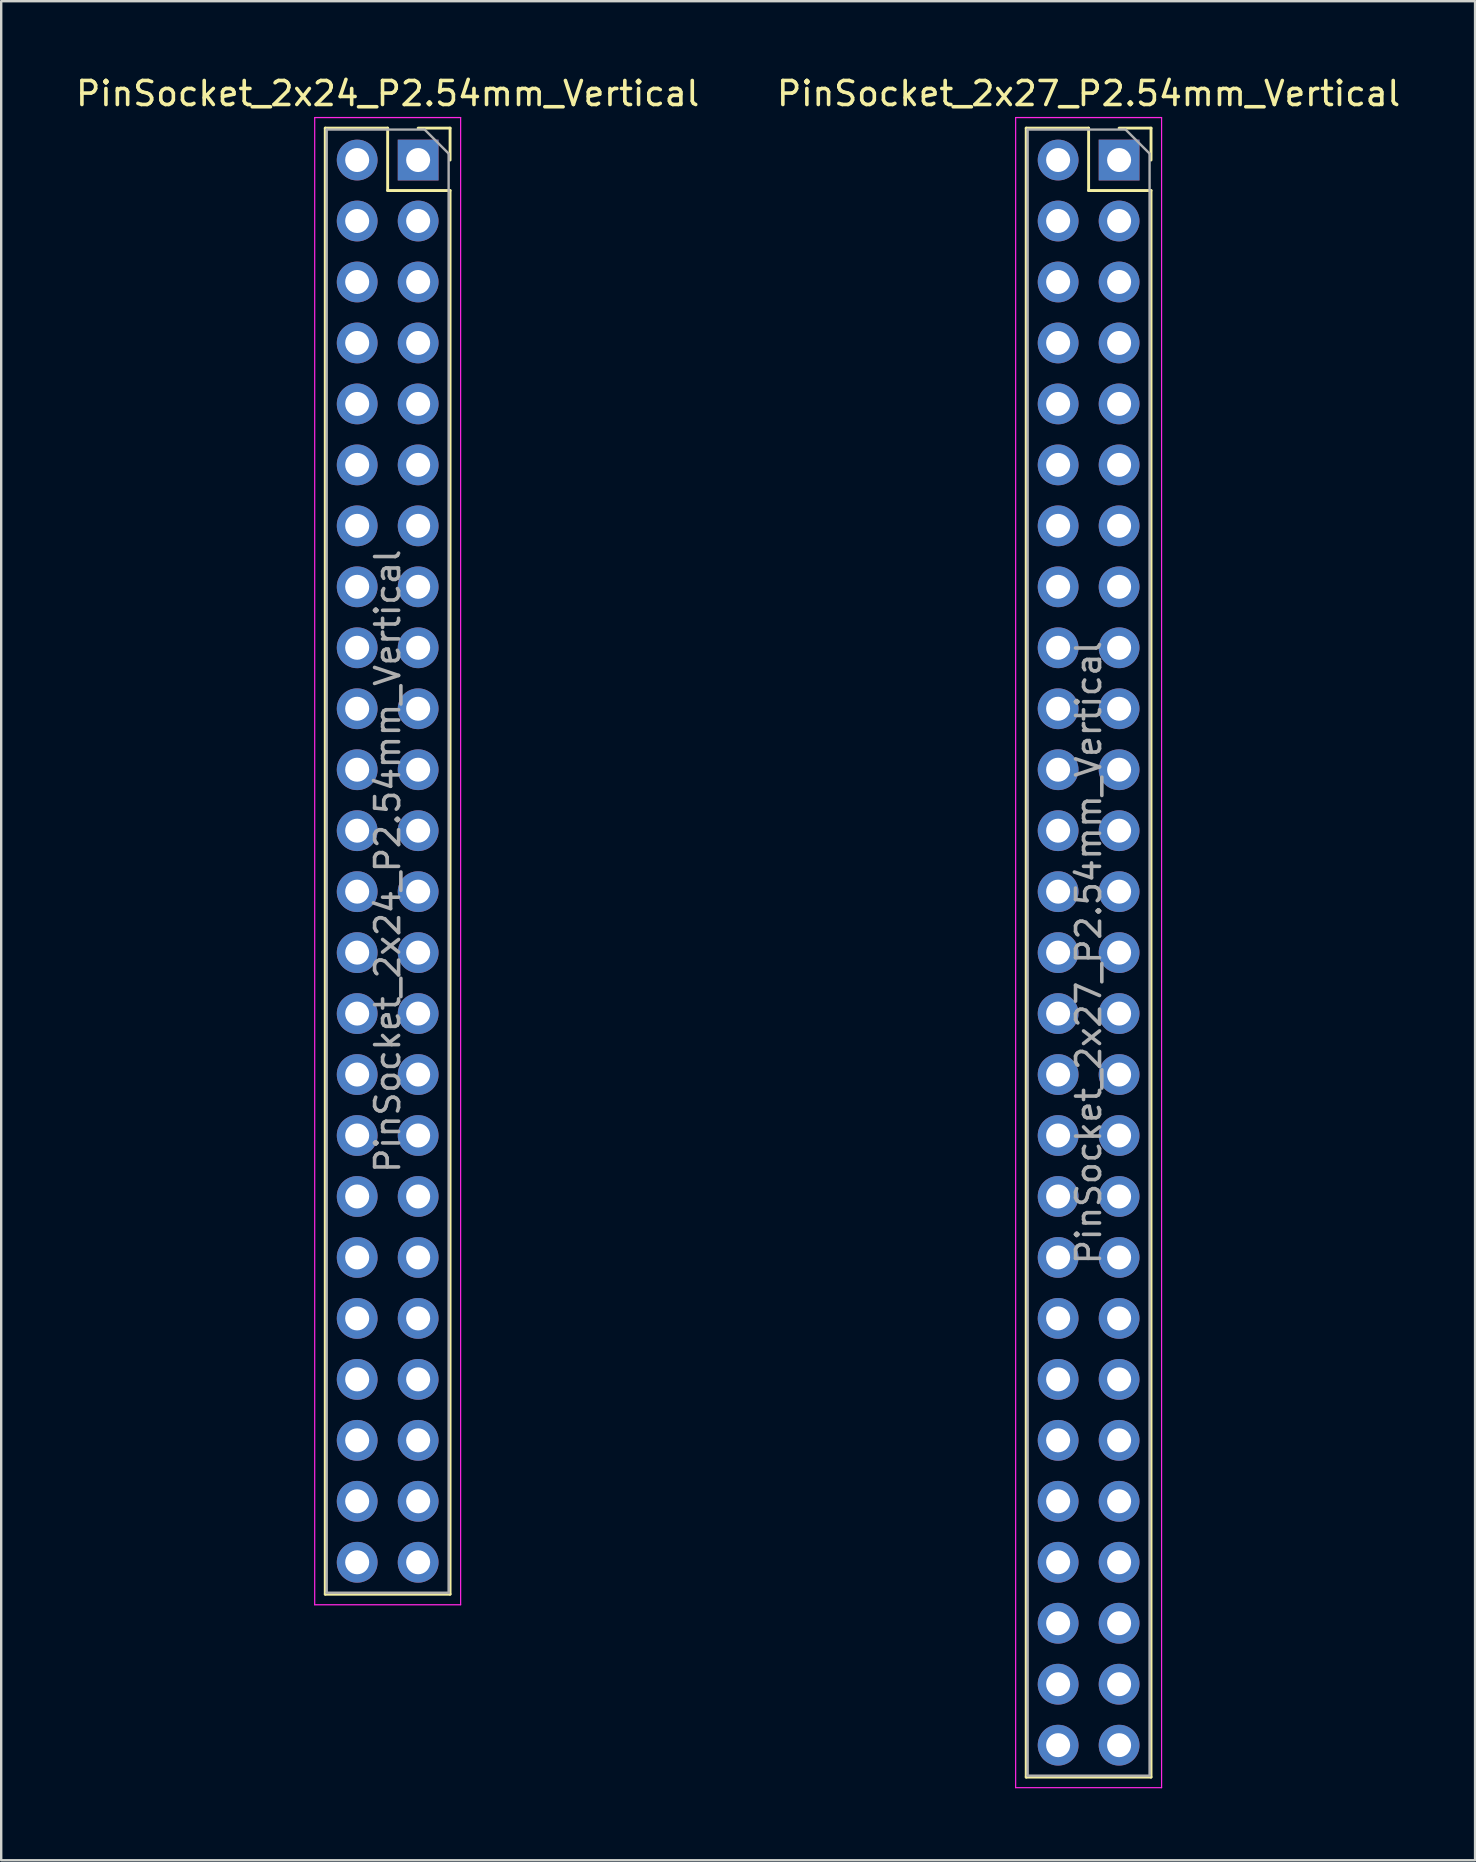
<source format=kicad_pcb>
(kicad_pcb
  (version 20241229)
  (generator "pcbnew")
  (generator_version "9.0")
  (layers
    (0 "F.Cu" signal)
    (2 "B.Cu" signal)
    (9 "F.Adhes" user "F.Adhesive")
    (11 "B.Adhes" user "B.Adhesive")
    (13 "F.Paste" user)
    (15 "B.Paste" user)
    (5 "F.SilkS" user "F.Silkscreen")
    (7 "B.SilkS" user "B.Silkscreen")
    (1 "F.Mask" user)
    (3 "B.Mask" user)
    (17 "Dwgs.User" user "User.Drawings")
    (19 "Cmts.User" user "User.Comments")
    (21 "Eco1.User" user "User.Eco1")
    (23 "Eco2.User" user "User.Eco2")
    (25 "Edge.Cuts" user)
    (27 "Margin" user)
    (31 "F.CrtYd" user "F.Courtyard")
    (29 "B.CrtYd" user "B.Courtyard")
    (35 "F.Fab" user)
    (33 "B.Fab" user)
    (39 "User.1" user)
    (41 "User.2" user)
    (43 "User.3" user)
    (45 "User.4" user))
  (footprint "PinSocket_2x27_P2.54mm_Vertical"
    (layer "F.Cu")
    (at 43.574 3.618)
    (property "Reference" "PinSocket_2x27_P2.54mm_Vertical" (at -1.27 -2.77 0) (layer "F.SilkS") (effects (font (size 1 1) (thickness 0.15))))
    (attr through_hole)
    (fp_line (start -3.87 -1.33) (end -3.87 67.37) (stroke (width 0.12) (type solid)) (layer "F.SilkS"))
    (fp_line (start -3.87 -1.33) (end -1.27 -1.33) (stroke (width 0.12) (type solid)) (layer "F.SilkS"))
    (fp_line (start -3.87 67.37) (end 1.33 67.37) (stroke (width 0.12) (type solid)) (layer "F.SilkS"))
    (fp_line (start -1.27 -1.33) (end -1.27 1.27) (stroke (width 0.12) (type solid)) (layer "F.SilkS"))
    (fp_line (start -1.27 1.27) (end 1.33 1.27) (stroke (width 0.12) (type solid)) (layer "F.SilkS"))
    (fp_line (start 0 -1.33) (end 1.33 -1.33) (stroke (width 0.12) (type solid)) (layer "F.SilkS"))
    (fp_line (start 1.33 -1.33) (end 1.33 0) (stroke (width 0.12) (type solid)) (layer "F.SilkS"))
    (fp_line (start 1.33 1.27) (end 1.33 67.37) (stroke (width 0.12) (type solid)) (layer "F.SilkS"))
    (fp_line (start -4.31 -1.77) (end 1.77 -1.77) (stroke (width 0.05) (type solid)) (layer "F.CrtYd"))
    (fp_line (start -4.31 67.81) (end -4.31 -1.77) (stroke (width 0.05) (type solid)) (layer "F.CrtYd"))
    (fp_line (start 1.77 -1.77) (end 1.77 67.81) (stroke (width 0.05) (type solid)) (layer "F.CrtYd"))
    (fp_line (start 1.77 67.81) (end -4.31 67.81) (stroke (width 0.05) (type solid)) (layer "F.CrtYd"))
    (fp_line (start -3.81 -1.27) (end 0.27 -1.27) (stroke (width 0.1) (type solid)) (layer "F.Fab"))
    (fp_line (start -3.81 67.31) (end -3.81 -1.27) (stroke (width 0.1) (type solid)) (layer "F.Fab"))
    (fp_line (start 0.27 -1.27) (end 1.27 -0.27) (stroke (width 0.1) (type solid)) (layer "F.Fab"))
    (fp_line (start 1.27 -0.27) (end 1.27 67.31) (stroke (width 0.1) (type solid)) (layer "F.Fab"))
    (fp_line (start 1.27 67.31) (end -3.81 67.31) (stroke (width 0.1) (type solid)) (layer "F.Fab"))
    (fp_text user "${REFERENCE}" (at -1.27 33.02 90) (layer "F.Fab") (effects (font (size 1 1) (thickness 0.15))))
    (pad "1" thru_hole rect (at 0 0) (size 1.7 1.7) (drill 1) (layers "*.Cu" "*.Mask"))
    (pad "2" thru_hole circle (at -2.54 0) (size 1.7 1.7) (drill 1) (layers "*.Cu" "*.Mask"))
    (pad "3" thru_hole circle (at 0 2.54) (size 1.7 1.7) (drill 1) (layers "*.Cu" "*.Mask"))
    (pad "4" thru_hole circle (at -2.54 2.54) (size 1.7 1.7) (drill 1) (layers "*.Cu" "*.Mask"))
    (pad "5" thru_hole circle (at 0 5.08) (size 1.7 1.7) (drill 1) (layers "*.Cu" "*.Mask"))
    (pad "6" thru_hole circle (at -2.54 5.08) (size 1.7 1.7) (drill 1) (layers "*.Cu" "*.Mask"))
    (pad "7" thru_hole circle (at 0 7.62) (size 1.7 1.7) (drill 1) (layers "*.Cu" "*.Mask"))
    (pad "8" thru_hole circle (at -2.54 7.62) (size 1.7 1.7) (drill 1) (layers "*.Cu" "*.Mask"))
    (pad "9" thru_hole circle (at 0 10.16) (size 1.7 1.7) (drill 1) (layers "*.Cu" "*.Mask"))
    (pad "10" thru_hole circle (at -2.54 10.16) (size 1.7 1.7) (drill 1) (layers "*.Cu" "*.Mask"))
    (pad "11" thru_hole circle (at 0 12.7) (size 1.7 1.7) (drill 1) (layers "*.Cu" "*.Mask"))
    (pad "12" thru_hole circle (at -2.54 12.7) (size 1.7 1.7) (drill 1) (layers "*.Cu" "*.Mask"))
    (pad "13" thru_hole circle (at 0 15.24) (size 1.7 1.7) (drill 1) (layers "*.Cu" "*.Mask"))
    (pad "14" thru_hole circle (at -2.54 15.24) (size 1.7 1.7) (drill 1) (layers "*.Cu" "*.Mask"))
    (pad "15" thru_hole circle (at 0 17.78) (size 1.7 1.7) (drill 1) (layers "*.Cu" "*.Mask"))
    (pad "16" thru_hole circle (at -2.54 17.78) (size 1.7 1.7) (drill 1) (layers "*.Cu" "*.Mask"))
    (pad "17" thru_hole circle (at 0 20.32) (size 1.7 1.7) (drill 1) (layers "*.Cu" "*.Mask"))
    (pad "18" thru_hole circle (at -2.54 20.32) (size 1.7 1.7) (drill 1) (layers "*.Cu" "*.Mask"))
    (pad "19" thru_hole circle (at 0 22.86) (size 1.7 1.7) (drill 1) (layers "*.Cu" "*.Mask"))
    (pad "20" thru_hole circle (at -2.54 22.86) (size 1.7 1.7) (drill 1) (layers "*.Cu" "*.Mask"))
    (pad "21" thru_hole circle (at 0 25.4) (size 1.7 1.7) (drill 1) (layers "*.Cu" "*.Mask"))
    (pad "22" thru_hole circle (at -2.54 25.4) (size 1.7 1.7) (drill 1) (layers "*.Cu" "*.Mask"))
    (pad "23" thru_hole circle (at 0 27.94) (size 1.7 1.7) (drill 1) (layers "*.Cu" "*.Mask"))
    (pad "24" thru_hole circle (at -2.54 27.94) (size 1.7 1.7) (drill 1) (layers "*.Cu" "*.Mask"))
    (pad "25" thru_hole circle (at 0 30.48) (size 1.7 1.7) (drill 1) (layers "*.Cu" "*.Mask"))
    (pad "26" thru_hole circle (at -2.54 30.48) (size 1.7 1.7) (drill 1) (layers "*.Cu" "*.Mask"))
    (pad "27" thru_hole circle (at 0 33.02) (size 1.7 1.7) (drill 1) (layers "*.Cu" "*.Mask"))
    (pad "28" thru_hole circle (at -2.54 33.02) (size 1.7 1.7) (drill 1) (layers "*.Cu" "*.Mask"))
    (pad "29" thru_hole circle (at 0 35.56) (size 1.7 1.7) (drill 1) (layers "*.Cu" "*.Mask"))
    (pad "30" thru_hole circle (at -2.54 35.56) (size 1.7 1.7) (drill 1) (layers "*.Cu" "*.Mask"))
    (pad "31" thru_hole circle (at 0 38.1) (size 1.7 1.7) (drill 1) (layers "*.Cu" "*.Mask"))
    (pad "32" thru_hole circle (at -2.54 38.1) (size 1.7 1.7) (drill 1) (layers "*.Cu" "*.Mask"))
    (pad "33" thru_hole circle (at 0 40.64) (size 1.7 1.7) (drill 1) (layers "*.Cu" "*.Mask"))
    (pad "34" thru_hole circle (at -2.54 40.64) (size 1.7 1.7) (drill 1) (layers "*.Cu" "*.Mask"))
    (pad "35" thru_hole circle (at 0 43.18) (size 1.7 1.7) (drill 1) (layers "*.Cu" "*.Mask"))
    (pad "36" thru_hole circle (at -2.54 43.18) (size 1.7 1.7) (drill 1) (layers "*.Cu" "*.Mask"))
    (pad "37" thru_hole circle (at 0 45.72) (size 1.7 1.7) (drill 1) (layers "*.Cu" "*.Mask"))
    (pad "38" thru_hole circle (at -2.54 45.72) (size 1.7 1.7) (drill 1) (layers "*.Cu" "*.Mask"))
    (pad "39" thru_hole circle (at 0 48.26) (size 1.7 1.7) (drill 1) (layers "*.Cu" "*.Mask"))
    (pad "40" thru_hole circle (at -2.54 48.26) (size 1.7 1.7) (drill 1) (layers "*.Cu" "*.Mask"))
    (pad "41" thru_hole circle (at 0 50.8) (size 1.7 1.7) (drill 1) (layers "*.Cu" "*.Mask"))
    (pad "42" thru_hole circle (at -2.54 50.8) (size 1.7 1.7) (drill 1) (layers "*.Cu" "*.Mask"))
    (pad "43" thru_hole circle (at 0 53.34) (size 1.7 1.7) (drill 1) (layers "*.Cu" "*.Mask"))
    (pad "44" thru_hole circle (at -2.54 53.34) (size 1.7 1.7) (drill 1) (layers "*.Cu" "*.Mask"))
    (pad "45" thru_hole circle (at 0 55.88) (size 1.7 1.7) (drill 1) (layers "*.Cu" "*.Mask"))
    (pad "46" thru_hole circle (at -2.54 55.88) (size 1.7 1.7) (drill 1) (layers "*.Cu" "*.Mask"))
    (pad "47" thru_hole circle (at 0 58.42) (size 1.7 1.7) (drill 1) (layers "*.Cu" "*.Mask"))
    (pad "48" thru_hole circle (at -2.54 58.42) (size 1.7 1.7) (drill 1) (layers "*.Cu" "*.Mask"))
    (pad "49" thru_hole circle (at 0 60.96) (size 1.7 1.7) (drill 1) (layers "*.Cu" "*.Mask"))
    (pad "50" thru_hole circle (at -2.54 60.96) (size 1.7 1.7) (drill 1) (layers "*.Cu" "*.Mask"))
    (pad "51" thru_hole circle (at 0 63.5) (size 1.7 1.7) (drill 1) (layers "*.Cu" "*.Mask"))
    (pad "52" thru_hole circle (at -2.54 63.5) (size 1.7 1.7) (drill 1) (layers "*.Cu" "*.Mask"))
    (pad "53" thru_hole circle (at 0 66.04) (size 1.7 1.7) (drill 1) (layers "*.Cu" "*.Mask"))
    (pad "54" thru_hole circle (at -2.54 66.04) (size 1.7 1.7) (drill 1) (layers "*.Cu" "*.Mask")))
  (footprint "PinSocket_2x24_P2.54mm_Vertical"
    (layer "F.Cu")
    (at 14.371 3.618)
    (property "Reference" "PinSocket_2x24_P2.54mm_Vertical" (at -1.27 -2.77 0) (layer "F.SilkS") (effects (font (size 1 1) (thickness 0.15))))
    (attr through_hole)
    (fp_line (start -3.87 -1.33) (end -3.87 59.75) (stroke (width 0.12) (type solid)) (layer "F.SilkS"))
    (fp_line (start -3.87 -1.33) (end -1.27 -1.33) (stroke (width 0.12) (type solid)) (layer "F.SilkS"))
    (fp_line (start -3.87 59.75) (end 1.33 59.75) (stroke (width 0.12) (type solid)) (layer "F.SilkS"))
    (fp_line (start -1.27 -1.33) (end -1.27 1.27) (stroke (width 0.12) (type solid)) (layer "F.SilkS"))
    (fp_line (start -1.27 1.27) (end 1.33 1.27) (stroke (width 0.12) (type solid)) (layer "F.SilkS"))
    (fp_line (start 0 -1.33) (end 1.33 -1.33) (stroke (width 0.12) (type solid)) (layer "F.SilkS"))
    (fp_line (start 1.33 -1.33) (end 1.33 0) (stroke (width 0.12) (type solid)) (layer "F.SilkS"))
    (fp_line (start 1.33 1.27) (end 1.33 59.75) (stroke (width 0.12) (type solid)) (layer "F.SilkS"))
    (fp_line (start -4.31 -1.77) (end 1.77 -1.77) (stroke (width 0.05) (type solid)) (layer "F.CrtYd"))
    (fp_line (start -4.31 60.19) (end -4.31 -1.77) (stroke (width 0.05) (type solid)) (layer "F.CrtYd"))
    (fp_line (start 1.77 -1.77) (end 1.77 60.19) (stroke (width 0.05) (type solid)) (layer "F.CrtYd"))
    (fp_line (start 1.77 60.19) (end -4.31 60.19) (stroke (width 0.05) (type solid)) (layer "F.CrtYd"))
    (fp_line (start -3.81 -1.27) (end 0.27 -1.27) (stroke (width 0.1) (type solid)) (layer "F.Fab"))
    (fp_line (start -3.81 59.69) (end -3.81 -1.27) (stroke (width 0.1) (type solid)) (layer "F.Fab"))
    (fp_line (start 0.27 -1.27) (end 1.27 -0.27) (stroke (width 0.1) (type solid)) (layer "F.Fab"))
    (fp_line (start 1.27 -0.27) (end 1.27 59.69) (stroke (width 0.1) (type solid)) (layer "F.Fab"))
    (fp_line (start 1.27 59.69) (end -3.81 59.69) (stroke (width 0.1) (type solid)) (layer "F.Fab"))
    (fp_text user "${REFERENCE}" (at -1.27 29.21 90) (layer "F.Fab") (effects (font (size 1 1) (thickness 0.15))))
    (pad "1" thru_hole rect (at 0 0) (size 1.7 1.7) (drill 1) (layers "*.Cu" "*.Mask"))
    (pad "2" thru_hole circle (at -2.54 0) (size 1.7 1.7) (drill 1) (layers "*.Cu" "*.Mask"))
    (pad "3" thru_hole circle (at 0 2.54) (size 1.7 1.7) (drill 1) (layers "*.Cu" "*.Mask"))
    (pad "4" thru_hole circle (at -2.54 2.54) (size 1.7 1.7) (drill 1) (layers "*.Cu" "*.Mask"))
    (pad "5" thru_hole circle (at 0 5.08) (size 1.7 1.7) (drill 1) (layers "*.Cu" "*.Mask"))
    (pad "6" thru_hole circle (at -2.54 5.08) (size 1.7 1.7) (drill 1) (layers "*.Cu" "*.Mask"))
    (pad "7" thru_hole circle (at 0 7.62) (size 1.7 1.7) (drill 1) (layers "*.Cu" "*.Mask"))
    (pad "8" thru_hole circle (at -2.54 7.62) (size 1.7 1.7) (drill 1) (layers "*.Cu" "*.Mask"))
    (pad "9" thru_hole circle (at 0 10.16) (size 1.7 1.7) (drill 1) (layers "*.Cu" "*.Mask"))
    (pad "10" thru_hole circle (at -2.54 10.16) (size 1.7 1.7) (drill 1) (layers "*.Cu" "*.Mask"))
    (pad "11" thru_hole circle (at 0 12.7) (size 1.7 1.7) (drill 1) (layers "*.Cu" "*.Mask"))
    (pad "12" thru_hole circle (at -2.54 12.7) (size 1.7 1.7) (drill 1) (layers "*.Cu" "*.Mask"))
    (pad "13" thru_hole circle (at 0 15.24) (size 1.7 1.7) (drill 1) (layers "*.Cu" "*.Mask"))
    (pad "14" thru_hole circle (at -2.54 15.24) (size 1.7 1.7) (drill 1) (layers "*.Cu" "*.Mask"))
    (pad "15" thru_hole circle (at 0 17.78) (size 1.7 1.7) (drill 1) (layers "*.Cu" "*.Mask"))
    (pad "16" thru_hole circle (at -2.54 17.78) (size 1.7 1.7) (drill 1) (layers "*.Cu" "*.Mask"))
    (pad "17" thru_hole circle (at 0 20.32) (size 1.7 1.7) (drill 1) (layers "*.Cu" "*.Mask"))
    (pad "18" thru_hole circle (at -2.54 20.32) (size 1.7 1.7) (drill 1) (layers "*.Cu" "*.Mask"))
    (pad "19" thru_hole circle (at 0 22.86) (size 1.7 1.7) (drill 1) (layers "*.Cu" "*.Mask"))
    (pad "20" thru_hole circle (at -2.54 22.86) (size 1.7 1.7) (drill 1) (layers "*.Cu" "*.Mask"))
    (pad "21" thru_hole circle (at 0 25.4) (size 1.7 1.7) (drill 1) (layers "*.Cu" "*.Mask"))
    (pad "22" thru_hole circle (at -2.54 25.4) (size 1.7 1.7) (drill 1) (layers "*.Cu" "*.Mask"))
    (pad "23" thru_hole circle (at 0 27.94) (size 1.7 1.7) (drill 1) (layers "*.Cu" "*.Mask"))
    (pad "24" thru_hole circle (at -2.54 27.94) (size 1.7 1.7) (drill 1) (layers "*.Cu" "*.Mask"))
    (pad "25" thru_hole circle (at 0 30.48) (size 1.7 1.7) (drill 1) (layers "*.Cu" "*.Mask"))
    (pad "26" thru_hole circle (at -2.54 30.48) (size 1.7 1.7) (drill 1) (layers "*.Cu" "*.Mask"))
    (pad "27" thru_hole circle (at 0 33.02) (size 1.7 1.7) (drill 1) (layers "*.Cu" "*.Mask"))
    (pad "28" thru_hole circle (at -2.54 33.02) (size 1.7 1.7) (drill 1) (layers "*.Cu" "*.Mask"))
    (pad "29" thru_hole circle (at 0 35.56) (size 1.7 1.7) (drill 1) (layers "*.Cu" "*.Mask"))
    (pad "30" thru_hole circle (at -2.54 35.56) (size 1.7 1.7) (drill 1) (layers "*.Cu" "*.Mask"))
    (pad "31" thru_hole circle (at 0 38.1) (size 1.7 1.7) (drill 1) (layers "*.Cu" "*.Mask"))
    (pad "32" thru_hole circle (at -2.54 38.1) (size 1.7 1.7) (drill 1) (layers "*.Cu" "*.Mask"))
    (pad "33" thru_hole circle (at 0 40.64) (size 1.7 1.7) (drill 1) (layers "*.Cu" "*.Mask"))
    (pad "34" thru_hole circle (at -2.54 40.64) (size 1.7 1.7) (drill 1) (layers "*.Cu" "*.Mask"))
    (pad "35" thru_hole circle (at 0 43.18) (size 1.7 1.7) (drill 1) (layers "*.Cu" "*.Mask"))
    (pad "36" thru_hole circle (at -2.54 43.18) (size 1.7 1.7) (drill 1) (layers "*.Cu" "*.Mask"))
    (pad "37" thru_hole circle (at 0 45.72) (size 1.7 1.7) (drill 1) (layers "*.Cu" "*.Mask"))
    (pad "38" thru_hole circle (at -2.54 45.72) (size 1.7 1.7) (drill 1) (layers "*.Cu" "*.Mask"))
    (pad "39" thru_hole circle (at 0 48.26) (size 1.7 1.7) (drill 1) (layers "*.Cu" "*.Mask"))
    (pad "40" thru_hole circle (at -2.54 48.26) (size 1.7 1.7) (drill 1) (layers "*.Cu" "*.Mask"))
    (pad "41" thru_hole circle (at 0 50.8) (size 1.7 1.7) (drill 1) (layers "*.Cu" "*.Mask"))
    (pad "42" thru_hole circle (at -2.54 50.8) (size 1.7 1.7) (drill 1) (layers "*.Cu" "*.Mask"))
    (pad "43" thru_hole circle (at 0 53.34) (size 1.7 1.7) (drill 1) (layers "*.Cu" "*.Mask"))
    (pad "44" thru_hole circle (at -2.54 53.34) (size 1.7 1.7) (drill 1) (layers "*.Cu" "*.Mask"))
    (pad "45" thru_hole circle (at 0 55.88) (size 1.7 1.7) (drill 1) (layers "*.Cu" "*.Mask"))
    (pad "46" thru_hole circle (at -2.54 55.88) (size 1.7 1.7) (drill 1) (layers "*.Cu" "*.Mask"))
    (pad "47" thru_hole circle (at 0 58.42) (size 1.7 1.7) (drill 1) (layers "*.Cu" "*.Mask"))
    (pad "48" thru_hole circle (at -2.54 58.42) (size 1.7 1.7) (drill 1) (layers "*.Cu" "*.Mask")))
  (gr_rect
    (start -3 -3)
    (end 58.405 74.453)
    (stroke (width 0.1) (type default))
    (fill no)
    (layer "Edge.Cuts")))
</source>
